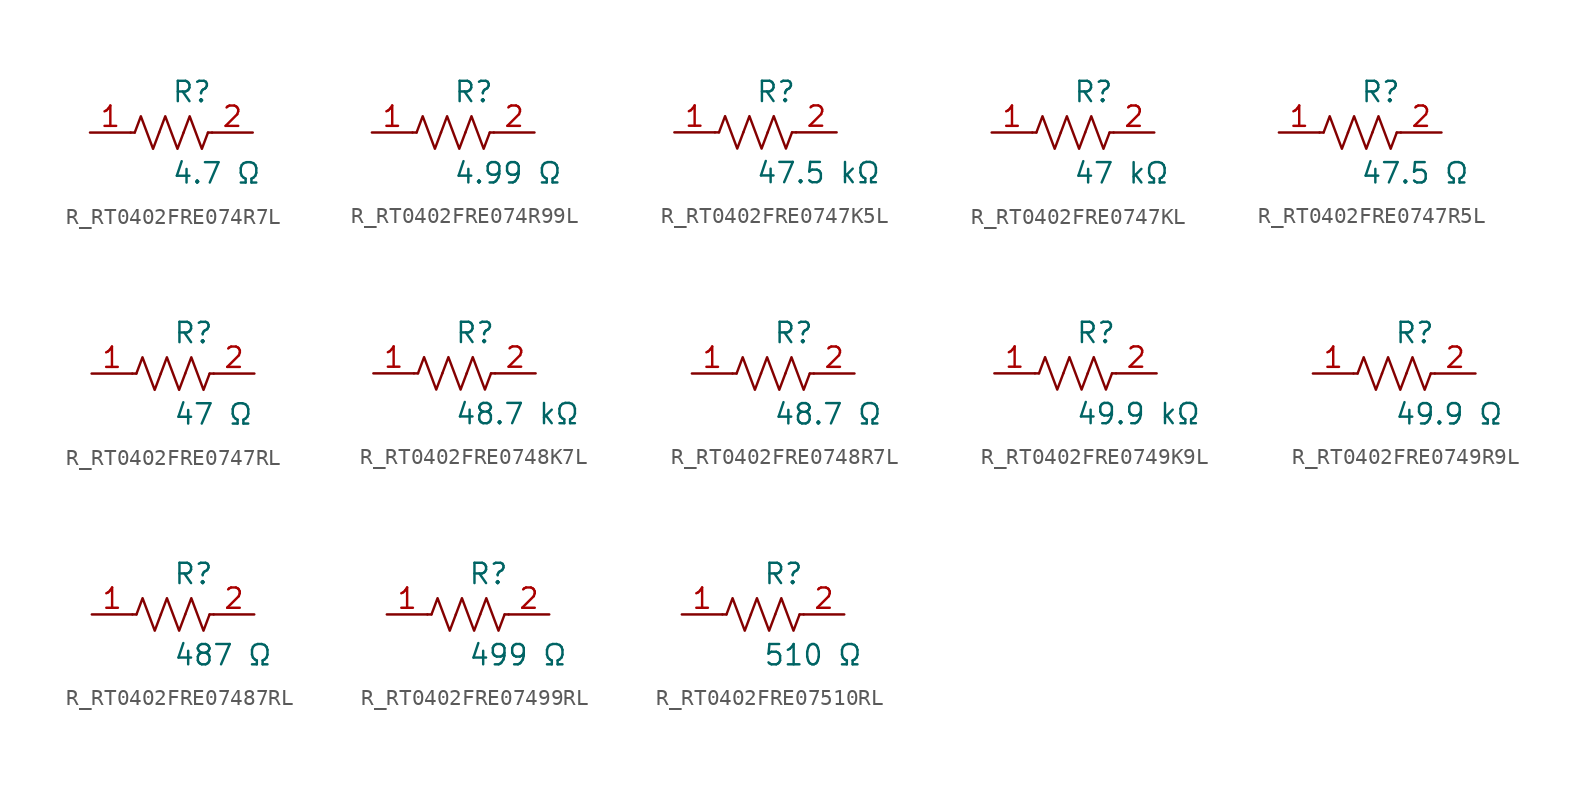
<source format=kicad_sym>
(kicad_symbol_lib
  (version 20231120)
  (generator kicad_symbol_editor)
  (generator_version 8.0)
  (symbol "R_RT0402FRE074R7L"
    (pin_names
      (offset 0.254))
    (property "Reference" "R"
      (at 0.0 2.54 0)
      (effects (font (size 1.27 1.27)) (justify left)))
    (property "Value" "4.7 Ω"
      (at 0.0 -2.54 0)
      (effects (font (size 1.27 1.27)) (justify left)))
    (symbol "R_RT0402FRE074R7L_0_1"
      (polyline (pts (xy 2.286 0) (xy 2.54 0)) (stroke (width 0) (type default)) (fill (type none)))
      (polyline (pts (xy -2.286 0) (xy -2.54 0)) (stroke (width 0) (type default)) (fill (type none)))
      (polyline (pts (xy 0.762 0) (xy 1.143 1.016) (xy 1.524 0) (xy 1.905 -1.016) (xy 2.286 0)) (stroke (width 0) (type default)) (fill (type none)))
      (polyline (pts (xy -0.762 0) (xy -0.381 1.016) (xy 0 0) (xy 0.381 -1.016) (xy 0.762 0)) (stroke (width 0) (type default)) (fill (type none)))
      (polyline (pts (xy -2.286 0) (xy -1.905 1.016) (xy -1.524 0) (xy -1.143 -1.016) (xy -0.762 0)) (stroke (width 0) (type default)) (fill (type none))))
    (pin unspecified line
      (at -5.08 0 0)
      (length 2.54)
      (name "" (effects (font (size 1.27 1.27))))
      (number "1" (effects (font (size 1.27 1.27)))))
    (pin unspecified line
      (at 5.08 0 180)
      (length 2.54)
      (name "" (effects (font (size 1.27 1.27))))
      (number "2" (effects (font (size 1.27 1.27))))))
  (symbol "R_RT0402FRE074R99L"
    (pin_names
      (offset 0.254))
    (property "Reference" "R"
      (at 0.0 2.54 0)
      (effects (font (size 1.27 1.27)) (justify left)))
    (property "Value" "4.99 Ω"
      (at 0.0 -2.54 0)
      (effects (font (size 1.27 1.27)) (justify left)))
    (symbol "R_RT0402FRE074R99L_0_1"
      (polyline (pts (xy 2.286 0) (xy 2.54 0)) (stroke (width 0) (type default)) (fill (type none)))
      (polyline (pts (xy -2.286 0) (xy -2.54 0)) (stroke (width 0) (type default)) (fill (type none)))
      (polyline (pts (xy 0.762 0) (xy 1.143 1.016) (xy 1.524 0) (xy 1.905 -1.016) (xy 2.286 0)) (stroke (width 0) (type default)) (fill (type none)))
      (polyline (pts (xy -0.762 0) (xy -0.381 1.016) (xy 0 0) (xy 0.381 -1.016) (xy 0.762 0)) (stroke (width 0) (type default)) (fill (type none)))
      (polyline (pts (xy -2.286 0) (xy -1.905 1.016) (xy -1.524 0) (xy -1.143 -1.016) (xy -0.762 0)) (stroke (width 0) (type default)) (fill (type none))))
    (pin unspecified line
      (at -5.08 0 0)
      (length 2.54)
      (name "" (effects (font (size 1.27 1.27))))
      (number "1" (effects (font (size 1.27 1.27)))))
    (pin unspecified line
      (at 5.08 0 180)
      (length 2.54)
      (name "" (effects (font (size 1.27 1.27))))
      (number "2" (effects (font (size 1.27 1.27))))))
  (symbol "R_RT0402FRE0747K5L"
    (pin_names
      (offset 0.254))
    (property "Reference" "R"
      (at 0.0 2.54 0)
      (effects (font (size 1.27 1.27)) (justify left)))
    (property "Value" "47.5 kΩ"
      (at 0.0 -2.54 0)
      (effects (font (size 1.27 1.27)) (justify left)))
    (symbol "R_RT0402FRE0747K5L_0_1"
      (polyline (pts (xy 2.286 0) (xy 2.54 0)) (stroke (width 0) (type default)) (fill (type none)))
      (polyline (pts (xy -2.286 0) (xy -2.54 0)) (stroke (width 0) (type default)) (fill (type none)))
      (polyline (pts (xy 0.762 0) (xy 1.143 1.016) (xy 1.524 0) (xy 1.905 -1.016) (xy 2.286 0)) (stroke (width 0) (type default)) (fill (type none)))
      (polyline (pts (xy -0.762 0) (xy -0.381 1.016) (xy 0 0) (xy 0.381 -1.016) (xy 0.762 0)) (stroke (width 0) (type default)) (fill (type none)))
      (polyline (pts (xy -2.286 0) (xy -1.905 1.016) (xy -1.524 0) (xy -1.143 -1.016) (xy -0.762 0)) (stroke (width 0) (type default)) (fill (type none))))
    (pin unspecified line
      (at -5.08 0 0)
      (length 2.54)
      (name "" (effects (font (size 1.27 1.27))))
      (number "1" (effects (font (size 1.27 1.27)))))
    (pin unspecified line
      (at 5.08 0 180)
      (length 2.54)
      (name "" (effects (font (size 1.27 1.27))))
      (number "2" (effects (font (size 1.27 1.27))))))
  (symbol "R_RT0402FRE0747KL"
    (pin_names
      (offset 0.254))
    (property "Reference" "R"
      (at 0.0 2.54 0)
      (effects (font (size 1.27 1.27)) (justify left)))
    (property "Value" "47 kΩ"
      (at 0.0 -2.54 0)
      (effects (font (size 1.27 1.27)) (justify left)))
    (symbol "R_RT0402FRE0747KL_0_1"
      (polyline (pts (xy 2.286 0) (xy 2.54 0)) (stroke (width 0) (type default)) (fill (type none)))
      (polyline (pts (xy -2.286 0) (xy -2.54 0)) (stroke (width 0) (type default)) (fill (type none)))
      (polyline (pts (xy 0.762 0) (xy 1.143 1.016) (xy 1.524 0) (xy 1.905 -1.016) (xy 2.286 0)) (stroke (width 0) (type default)) (fill (type none)))
      (polyline (pts (xy -0.762 0) (xy -0.381 1.016) (xy 0 0) (xy 0.381 -1.016) (xy 0.762 0)) (stroke (width 0) (type default)) (fill (type none)))
      (polyline (pts (xy -2.286 0) (xy -1.905 1.016) (xy -1.524 0) (xy -1.143 -1.016) (xy -0.762 0)) (stroke (width 0) (type default)) (fill (type none))))
    (pin unspecified line
      (at -5.08 0 0)
      (length 2.54)
      (name "" (effects (font (size 1.27 1.27))))
      (number "1" (effects (font (size 1.27 1.27)))))
    (pin unspecified line
      (at 5.08 0 180)
      (length 2.54)
      (name "" (effects (font (size 1.27 1.27))))
      (number "2" (effects (font (size 1.27 1.27))))))
  (symbol "R_RT0402FRE0747R5L"
    (pin_names
      (offset 0.254))
    (property "Reference" "R"
      (at 0.0 2.54 0)
      (effects (font (size 1.27 1.27)) (justify left)))
    (property "Value" "47.5 Ω"
      (at 0.0 -2.54 0)
      (effects (font (size 1.27 1.27)) (justify left)))
    (symbol "R_RT0402FRE0747R5L_0_1"
      (polyline (pts (xy 2.286 0) (xy 2.54 0)) (stroke (width 0) (type default)) (fill (type none)))
      (polyline (pts (xy -2.286 0) (xy -2.54 0)) (stroke (width 0) (type default)) (fill (type none)))
      (polyline (pts (xy 0.762 0) (xy 1.143 1.016) (xy 1.524 0) (xy 1.905 -1.016) (xy 2.286 0)) (stroke (width 0) (type default)) (fill (type none)))
      (polyline (pts (xy -0.762 0) (xy -0.381 1.016) (xy 0 0) (xy 0.381 -1.016) (xy 0.762 0)) (stroke (width 0) (type default)) (fill (type none)))
      (polyline (pts (xy -2.286 0) (xy -1.905 1.016) (xy -1.524 0) (xy -1.143 -1.016) (xy -0.762 0)) (stroke (width 0) (type default)) (fill (type none))))
    (pin unspecified line
      (at -5.08 0 0)
      (length 2.54)
      (name "" (effects (font (size 1.27 1.27))))
      (number "1" (effects (font (size 1.27 1.27)))))
    (pin unspecified line
      (at 5.08 0 180)
      (length 2.54)
      (name "" (effects (font (size 1.27 1.27))))
      (number "2" (effects (font (size 1.27 1.27))))))
  (symbol "R_RT0402FRE0747RL"
    (pin_names
      (offset 0.254))
    (property "Reference" "R"
      (at 0.0 2.54 0)
      (effects (font (size 1.27 1.27)) (justify left)))
    (property "Value" "47 Ω"
      (at 0.0 -2.54 0)
      (effects (font (size 1.27 1.27)) (justify left)))
    (symbol "R_RT0402FRE0747RL_0_1"
      (polyline (pts (xy 2.286 0) (xy 2.54 0)) (stroke (width 0) (type default)) (fill (type none)))
      (polyline (pts (xy -2.286 0) (xy -2.54 0)) (stroke (width 0) (type default)) (fill (type none)))
      (polyline (pts (xy 0.762 0) (xy 1.143 1.016) (xy 1.524 0) (xy 1.905 -1.016) (xy 2.286 0)) (stroke (width 0) (type default)) (fill (type none)))
      (polyline (pts (xy -0.762 0) (xy -0.381 1.016) (xy 0 0) (xy 0.381 -1.016) (xy 0.762 0)) (stroke (width 0) (type default)) (fill (type none)))
      (polyline (pts (xy -2.286 0) (xy -1.905 1.016) (xy -1.524 0) (xy -1.143 -1.016) (xy -0.762 0)) (stroke (width 0) (type default)) (fill (type none))))
    (pin unspecified line
      (at -5.08 0 0)
      (length 2.54)
      (name "" (effects (font (size 1.27 1.27))))
      (number "1" (effects (font (size 1.27 1.27)))))
    (pin unspecified line
      (at 5.08 0 180)
      (length 2.54)
      (name "" (effects (font (size 1.27 1.27))))
      (number "2" (effects (font (size 1.27 1.27))))))
  (symbol "R_RT0402FRE0748K7L"
    (pin_names
      (offset 0.254))
    (property "Reference" "R"
      (at 0.0 2.54 0)
      (effects (font (size 1.27 1.27)) (justify left)))
    (property "Value" "48.7 kΩ"
      (at 0.0 -2.54 0)
      (effects (font (size 1.27 1.27)) (justify left)))
    (symbol "R_RT0402FRE0748K7L_0_1"
      (polyline (pts (xy 2.286 0) (xy 2.54 0)) (stroke (width 0) (type default)) (fill (type none)))
      (polyline (pts (xy -2.286 0) (xy -2.54 0)) (stroke (width 0) (type default)) (fill (type none)))
      (polyline (pts (xy 0.762 0) (xy 1.143 1.016) (xy 1.524 0) (xy 1.905 -1.016) (xy 2.286 0)) (stroke (width 0) (type default)) (fill (type none)))
      (polyline (pts (xy -0.762 0) (xy -0.381 1.016) (xy 0 0) (xy 0.381 -1.016) (xy 0.762 0)) (stroke (width 0) (type default)) (fill (type none)))
      (polyline (pts (xy -2.286 0) (xy -1.905 1.016) (xy -1.524 0) (xy -1.143 -1.016) (xy -0.762 0)) (stroke (width 0) (type default)) (fill (type none))))
    (pin unspecified line
      (at -5.08 0 0)
      (length 2.54)
      (name "" (effects (font (size 1.27 1.27))))
      (number "1" (effects (font (size 1.27 1.27)))))
    (pin unspecified line
      (at 5.08 0 180)
      (length 2.54)
      (name "" (effects (font (size 1.27 1.27))))
      (number "2" (effects (font (size 1.27 1.27))))))
  (symbol "R_RT0402FRE0748R7L"
    (pin_names
      (offset 0.254))
    (property "Reference" "R"
      (at 0.0 2.54 0)
      (effects (font (size 1.27 1.27)) (justify left)))
    (property "Value" "48.7 Ω"
      (at 0.0 -2.54 0)
      (effects (font (size 1.27 1.27)) (justify left)))
    (symbol "R_RT0402FRE0748R7L_0_1"
      (polyline (pts (xy 2.286 0) (xy 2.54 0)) (stroke (width 0) (type default)) (fill (type none)))
      (polyline (pts (xy -2.286 0) (xy -2.54 0)) (stroke (width 0) (type default)) (fill (type none)))
      (polyline (pts (xy 0.762 0) (xy 1.143 1.016) (xy 1.524 0) (xy 1.905 -1.016) (xy 2.286 0)) (stroke (width 0) (type default)) (fill (type none)))
      (polyline (pts (xy -0.762 0) (xy -0.381 1.016) (xy 0 0) (xy 0.381 -1.016) (xy 0.762 0)) (stroke (width 0) (type default)) (fill (type none)))
      (polyline (pts (xy -2.286 0) (xy -1.905 1.016) (xy -1.524 0) (xy -1.143 -1.016) (xy -0.762 0)) (stroke (width 0) (type default)) (fill (type none))))
    (pin unspecified line
      (at -5.08 0 0)
      (length 2.54)
      (name "" (effects (font (size 1.27 1.27))))
      (number "1" (effects (font (size 1.27 1.27)))))
    (pin unspecified line
      (at 5.08 0 180)
      (length 2.54)
      (name "" (effects (font (size 1.27 1.27))))
      (number "2" (effects (font (size 1.27 1.27))))))
  (symbol "R_RT0402FRE0749K9L"
    (pin_names
      (offset 0.254))
    (property "Reference" "R"
      (at 0.0 2.54 0)
      (effects (font (size 1.27 1.27)) (justify left)))
    (property "Value" "49.9 kΩ"
      (at 0.0 -2.54 0)
      (effects (font (size 1.27 1.27)) (justify left)))
    (symbol "R_RT0402FRE0749K9L_0_1"
      (polyline (pts (xy 2.286 0) (xy 2.54 0)) (stroke (width 0) (type default)) (fill (type none)))
      (polyline (pts (xy -2.286 0) (xy -2.54 0)) (stroke (width 0) (type default)) (fill (type none)))
      (polyline (pts (xy 0.762 0) (xy 1.143 1.016) (xy 1.524 0) (xy 1.905 -1.016) (xy 2.286 0)) (stroke (width 0) (type default)) (fill (type none)))
      (polyline (pts (xy -0.762 0) (xy -0.381 1.016) (xy 0 0) (xy 0.381 -1.016) (xy 0.762 0)) (stroke (width 0) (type default)) (fill (type none)))
      (polyline (pts (xy -2.286 0) (xy -1.905 1.016) (xy -1.524 0) (xy -1.143 -1.016) (xy -0.762 0)) (stroke (width 0) (type default)) (fill (type none))))
    (pin unspecified line
      (at -5.08 0 0)
      (length 2.54)
      (name "" (effects (font (size 1.27 1.27))))
      (number "1" (effects (font (size 1.27 1.27)))))
    (pin unspecified line
      (at 5.08 0 180)
      (length 2.54)
      (name "" (effects (font (size 1.27 1.27))))
      (number "2" (effects (font (size 1.27 1.27))))))
  (symbol "R_RT0402FRE0749R9L"
    (pin_names
      (offset 0.254))
    (property "Reference" "R"
      (at 0.0 2.54 0)
      (effects (font (size 1.27 1.27)) (justify left)))
    (property "Value" "49.9 Ω"
      (at 0.0 -2.54 0)
      (effects (font (size 1.27 1.27)) (justify left)))
    (symbol "R_RT0402FRE0749R9L_0_1"
      (polyline (pts (xy 2.286 0) (xy 2.54 0)) (stroke (width 0) (type default)) (fill (type none)))
      (polyline (pts (xy -2.286 0) (xy -2.54 0)) (stroke (width 0) (type default)) (fill (type none)))
      (polyline (pts (xy 0.762 0) (xy 1.143 1.016) (xy 1.524 0) (xy 1.905 -1.016) (xy 2.286 0)) (stroke (width 0) (type default)) (fill (type none)))
      (polyline (pts (xy -0.762 0) (xy -0.381 1.016) (xy 0 0) (xy 0.381 -1.016) (xy 0.762 0)) (stroke (width 0) (type default)) (fill (type none)))
      (polyline (pts (xy -2.286 0) (xy -1.905 1.016) (xy -1.524 0) (xy -1.143 -1.016) (xy -0.762 0)) (stroke (width 0) (type default)) (fill (type none))))
    (pin unspecified line
      (at -5.08 0 0)
      (length 2.54)
      (name "" (effects (font (size 1.27 1.27))))
      (number "1" (effects (font (size 1.27 1.27)))))
    (pin unspecified line
      (at 5.08 0 180)
      (length 2.54)
      (name "" (effects (font (size 1.27 1.27))))
      (number "2" (effects (font (size 1.27 1.27))))))
  (symbol "R_RT0402FRE07487RL"
    (pin_names
      (offset 0.254))
    (property "Reference" "R"
      (at 0.0 2.54 0)
      (effects (font (size 1.27 1.27)) (justify left)))
    (property "Value" "487 Ω"
      (at 0.0 -2.54 0)
      (effects (font (size 1.27 1.27)) (justify left)))
    (symbol "R_RT0402FRE07487RL_0_1"
      (polyline (pts (xy 2.286 0) (xy 2.54 0)) (stroke (width 0) (type default)) (fill (type none)))
      (polyline (pts (xy -2.286 0) (xy -2.54 0)) (stroke (width 0) (type default)) (fill (type none)))
      (polyline (pts (xy 0.762 0) (xy 1.143 1.016) (xy 1.524 0) (xy 1.905 -1.016) (xy 2.286 0)) (stroke (width 0) (type default)) (fill (type none)))
      (polyline (pts (xy -0.762 0) (xy -0.381 1.016) (xy 0 0) (xy 0.381 -1.016) (xy 0.762 0)) (stroke (width 0) (type default)) (fill (type none)))
      (polyline (pts (xy -2.286 0) (xy -1.905 1.016) (xy -1.524 0) (xy -1.143 -1.016) (xy -0.762 0)) (stroke (width 0) (type default)) (fill (type none))))
    (pin unspecified line
      (at -5.08 0 0)
      (length 2.54)
      (name "" (effects (font (size 1.27 1.27))))
      (number "1" (effects (font (size 1.27 1.27)))))
    (pin unspecified line
      (at 5.08 0 180)
      (length 2.54)
      (name "" (effects (font (size 1.27 1.27))))
      (number "2" (effects (font (size 1.27 1.27))))))
  (symbol "R_RT0402FRE07499RL"
    (pin_names
      (offset 0.254))
    (property "Reference" "R"
      (at 0.0 2.54 0)
      (effects (font (size 1.27 1.27)) (justify left)))
    (property "Value" "499 Ω"
      (at 0.0 -2.54 0)
      (effects (font (size 1.27 1.27)) (justify left)))
    (symbol "R_RT0402FRE07499RL_0_1"
      (polyline (pts (xy 2.286 0) (xy 2.54 0)) (stroke (width 0) (type default)) (fill (type none)))
      (polyline (pts (xy -2.286 0) (xy -2.54 0)) (stroke (width 0) (type default)) (fill (type none)))
      (polyline (pts (xy 0.762 0) (xy 1.143 1.016) (xy 1.524 0) (xy 1.905 -1.016) (xy 2.286 0)) (stroke (width 0) (type default)) (fill (type none)))
      (polyline (pts (xy -0.762 0) (xy -0.381 1.016) (xy 0 0) (xy 0.381 -1.016) (xy 0.762 0)) (stroke (width 0) (type default)) (fill (type none)))
      (polyline (pts (xy -2.286 0) (xy -1.905 1.016) (xy -1.524 0) (xy -1.143 -1.016) (xy -0.762 0)) (stroke (width 0) (type default)) (fill (type none))))
    (pin unspecified line
      (at -5.08 0 0)
      (length 2.54)
      (name "" (effects (font (size 1.27 1.27))))
      (number "1" (effects (font (size 1.27 1.27)))))
    (pin unspecified line
      (at 5.08 0 180)
      (length 2.54)
      (name "" (effects (font (size 1.27 1.27))))
      (number "2" (effects (font (size 1.27 1.27))))))
  (symbol "R_RT0402FRE07510RL"
    (pin_names
      (offset 0.254))
    (property "Reference" "R"
      (at 0.0 2.54 0)
      (effects (font (size 1.27 1.27)) (justify left)))
    (property "Value" "510 Ω"
      (at 0.0 -2.54 0)
      (effects (font (size 1.27 1.27)) (justify left)))
    (symbol "R_RT0402FRE07510RL_0_1"
      (polyline (pts (xy 2.286 0) (xy 2.54 0)) (stroke (width 0) (type default)) (fill (type none)))
      (polyline (pts (xy -2.286 0) (xy -2.54 0)) (stroke (width 0) (type default)) (fill (type none)))
      (polyline (pts (xy 0.762 0) (xy 1.143 1.016) (xy 1.524 0) (xy 1.905 -1.016) (xy 2.286 0)) (stroke (width 0) (type default)) (fill (type none)))
      (polyline (pts (xy -0.762 0) (xy -0.381 1.016) (xy 0 0) (xy 0.381 -1.016) (xy 0.762 0)) (stroke (width 0) (type default)) (fill (type none)))
      (polyline (pts (xy -2.286 0) (xy -1.905 1.016) (xy -1.524 0) (xy -1.143 -1.016) (xy -0.762 0)) (stroke (width 0) (type default)) (fill (type none))))
    (pin unspecified line
      (at -5.08 0 0)
      (length 2.54)
      (name "" (effects (font (size 1.27 1.27))))
      (number "1" (effects (font (size 1.27 1.27)))))
    (pin unspecified line
      (at 5.08 0 180)
      (length 2.54)
      (name "" (effects (font (size 1.27 1.27))))
      (number "2" (effects (font (size 1.27 1.27)))))))
</source>
